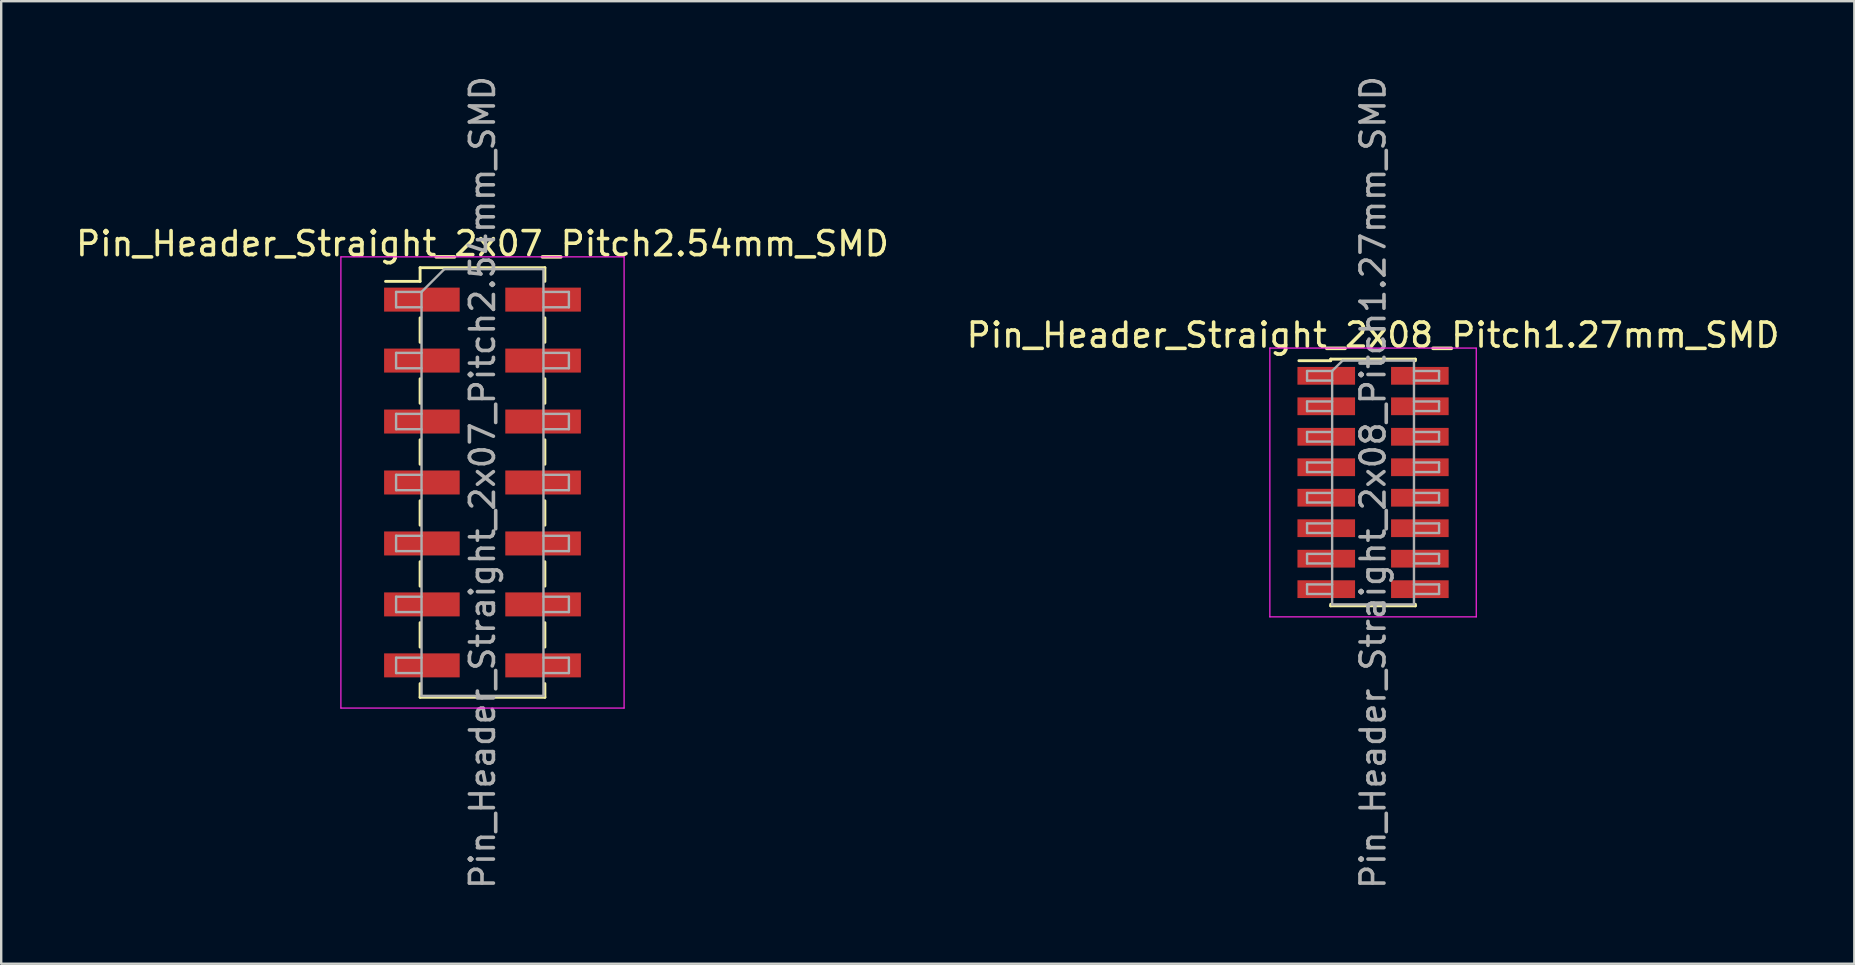
<source format=kicad_pcb>
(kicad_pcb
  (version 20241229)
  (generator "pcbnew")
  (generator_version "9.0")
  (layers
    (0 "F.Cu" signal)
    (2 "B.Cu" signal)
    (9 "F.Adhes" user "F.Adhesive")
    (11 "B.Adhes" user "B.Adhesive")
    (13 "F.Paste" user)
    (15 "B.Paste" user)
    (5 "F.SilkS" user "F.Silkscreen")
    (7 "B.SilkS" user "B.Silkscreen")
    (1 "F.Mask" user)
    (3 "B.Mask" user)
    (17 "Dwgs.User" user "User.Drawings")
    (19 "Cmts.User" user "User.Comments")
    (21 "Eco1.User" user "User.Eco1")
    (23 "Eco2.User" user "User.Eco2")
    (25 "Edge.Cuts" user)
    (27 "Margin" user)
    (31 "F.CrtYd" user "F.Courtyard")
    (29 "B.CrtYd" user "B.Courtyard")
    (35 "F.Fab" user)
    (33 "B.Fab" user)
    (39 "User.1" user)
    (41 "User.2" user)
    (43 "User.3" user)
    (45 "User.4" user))
  (footprint "Pin_Header_Straight_2x07_Pitch2.54mm_SMD"
    (layer "F.Cu")
    (at 17.054 17.054)
    (property "Reference" "Pin_Header_Straight_2x07_Pitch2.54mm_SMD" (at 0 -9.95 0) (layer "F.SilkS") (effects (font (size 1 1) (thickness 0.15))))
    (attr smd)
    (fp_line (start -4.04 -8.38) (end -2.6 -8.38) (stroke (width 0.12) (type solid)) (layer "F.SilkS"))
    (fp_line (start -2.6 -8.95) (end -2.6 -8.38) (stroke (width 0.12) (type solid)) (layer "F.SilkS"))
    (fp_line (start -2.6 -8.95) (end 2.6 -8.95) (stroke (width 0.12) (type solid)) (layer "F.SilkS"))
    (fp_line (start -2.6 -6.86) (end -2.6 -5.84) (stroke (width 0.12) (type solid)) (layer "F.SilkS"))
    (fp_line (start -2.6 -4.32) (end -2.6 -3.3) (stroke (width 0.12) (type solid)) (layer "F.SilkS"))
    (fp_line (start -2.6 -1.78) (end -2.6 -0.76) (stroke (width 0.12) (type solid)) (layer "F.SilkS"))
    (fp_line (start -2.6 0.76) (end -2.6 1.78) (stroke (width 0.12) (type solid)) (layer "F.SilkS"))
    (fp_line (start -2.6 3.3) (end -2.6 4.32) (stroke (width 0.12) (type solid)) (layer "F.SilkS"))
    (fp_line (start -2.6 5.84) (end -2.6 6.86) (stroke (width 0.12) (type solid)) (layer "F.SilkS"))
    (fp_line (start -2.6 8.38) (end -2.6 8.95) (stroke (width 0.12) (type solid)) (layer "F.SilkS"))
    (fp_line (start -2.6 8.95) (end 2.6 8.95) (stroke (width 0.12) (type solid)) (layer "F.SilkS"))
    (fp_line (start 2.6 -8.95) (end 2.6 -8.38) (stroke (width 0.12) (type solid)) (layer "F.SilkS"))
    (fp_line (start 2.6 -6.86) (end 2.6 -5.84) (stroke (width 0.12) (type solid)) (layer "F.SilkS"))
    (fp_line (start 2.6 -4.32) (end 2.6 -3.3) (stroke (width 0.12) (type solid)) (layer "F.SilkS"))
    (fp_line (start 2.6 -1.78) (end 2.6 -0.76) (stroke (width 0.12) (type solid)) (layer "F.SilkS"))
    (fp_line (start 2.6 0.76) (end 2.6 1.78) (stroke (width 0.12) (type solid)) (layer "F.SilkS"))
    (fp_line (start 2.6 3.3) (end 2.6 4.32) (stroke (width 0.12) (type solid)) (layer "F.SilkS"))
    (fp_line (start 2.6 5.84) (end 2.6 6.86) (stroke (width 0.12) (type solid)) (layer "F.SilkS"))
    (fp_line (start 2.6 8.38) (end 2.6 8.95) (stroke (width 0.12) (type solid)) (layer "F.SilkS"))
    (fp_line (start -5.9 -9.4) (end -5.9 9.4) (stroke (width 0.05) (type solid)) (layer "F.CrtYd"))
    (fp_line (start -5.9 9.4) (end 5.9 9.4) (stroke (width 0.05) (type solid)) (layer "F.CrtYd"))
    (fp_line (start 5.9 -9.4) (end -5.9 -9.4) (stroke (width 0.05) (type solid)) (layer "F.CrtYd"))
    (fp_line (start 5.9 9.4) (end 5.9 -9.4) (stroke (width 0.05) (type solid)) (layer "F.CrtYd"))
    (fp_line (start -3.6 -7.94) (end -3.6 -7.3) (stroke (width 0.1) (type solid)) (layer "F.Fab"))
    (fp_line (start -3.6 -7.3) (end -2.54 -7.3) (stroke (width 0.1) (type solid)) (layer "F.Fab"))
    (fp_line (start -3.6 -5.4) (end -3.6 -4.76) (stroke (width 0.1) (type solid)) (layer "F.Fab"))
    (fp_line (start -3.6 -4.76) (end -2.54 -4.76) (stroke (width 0.1) (type solid)) (layer "F.Fab"))
    (fp_line (start -3.6 -2.86) (end -3.6 -2.22) (stroke (width 0.1) (type solid)) (layer "F.Fab"))
    (fp_line (start -3.6 -2.22) (end -2.54 -2.22) (stroke (width 0.1) (type solid)) (layer "F.Fab"))
    (fp_line (start -3.6 -0.32) (end -3.6 0.32) (stroke (width 0.1) (type solid)) (layer "F.Fab"))
    (fp_line (start -3.6 0.32) (end -2.54 0.32) (stroke (width 0.1) (type solid)) (layer "F.Fab"))
    (fp_line (start -3.6 2.22) (end -3.6 2.86) (stroke (width 0.1) (type solid)) (layer "F.Fab"))
    (fp_line (start -3.6 2.86) (end -2.54 2.86) (stroke (width 0.1) (type solid)) (layer "F.Fab"))
    (fp_line (start -3.6 4.76) (end -3.6 5.4) (stroke (width 0.1) (type solid)) (layer "F.Fab"))
    (fp_line (start -3.6 5.4) (end -2.54 5.4) (stroke (width 0.1) (type solid)) (layer "F.Fab"))
    (fp_line (start -3.6 7.3) (end -3.6 7.94) (stroke (width 0.1) (type solid)) (layer "F.Fab"))
    (fp_line (start -3.6 7.94) (end -2.54 7.94) (stroke (width 0.1) (type solid)) (layer "F.Fab"))
    (fp_line (start -2.54 -7.94) (end -3.6 -7.94) (stroke (width 0.1) (type solid)) (layer "F.Fab"))
    (fp_line (start -2.54 -7.94) (end -1.59 -8.89) (stroke (width 0.1) (type solid)) (layer "F.Fab"))
    (fp_line (start -2.54 -5.4) (end -3.6 -5.4) (stroke (width 0.1) (type solid)) (layer "F.Fab"))
    (fp_line (start -2.54 -2.86) (end -3.6 -2.86) (stroke (width 0.1) (type solid)) (layer "F.Fab"))
    (fp_line (start -2.54 -0.32) (end -3.6 -0.32) (stroke (width 0.1) (type solid)) (layer "F.Fab"))
    (fp_line (start -2.54 2.22) (end -3.6 2.22) (stroke (width 0.1) (type solid)) (layer "F.Fab"))
    (fp_line (start -2.54 4.76) (end -3.6 4.76) (stroke (width 0.1) (type solid)) (layer "F.Fab"))
    (fp_line (start -2.54 7.3) (end -3.6 7.3) (stroke (width 0.1) (type solid)) (layer "F.Fab"))
    (fp_line (start -2.54 8.89) (end -2.54 -7.94) (stroke (width 0.1) (type solid)) (layer "F.Fab"))
    (fp_line (start -1.59 -8.89) (end 2.54 -8.89) (stroke (width 0.1) (type solid)) (layer "F.Fab"))
    (fp_line (start 2.54 -8.89) (end 2.54 8.89) (stroke (width 0.1) (type solid)) (layer "F.Fab"))
    (fp_line (start 2.54 -7.94) (end 3.6 -7.94) (stroke (width 0.1) (type solid)) (layer "F.Fab"))
    (fp_line (start 2.54 -5.4) (end 3.6 -5.4) (stroke (width 0.1) (type solid)) (layer "F.Fab"))
    (fp_line (start 2.54 -2.86) (end 3.6 -2.86) (stroke (width 0.1) (type solid)) (layer "F.Fab"))
    (fp_line (start 2.54 -0.32) (end 3.6 -0.32) (stroke (width 0.1) (type solid)) (layer "F.Fab"))
    (fp_line (start 2.54 2.22) (end 3.6 2.22) (stroke (width 0.1) (type solid)) (layer "F.Fab"))
    (fp_line (start 2.54 4.76) (end 3.6 4.76) (stroke (width 0.1) (type solid)) (layer "F.Fab"))
    (fp_line (start 2.54 7.3) (end 3.6 7.3) (stroke (width 0.1) (type solid)) (layer "F.Fab"))
    (fp_line (start 2.54 8.89) (end -2.54 8.89) (stroke (width 0.1) (type solid)) (layer "F.Fab"))
    (fp_line (start 3.6 -7.94) (end 3.6 -7.3) (stroke (width 0.1) (type solid)) (layer "F.Fab"))
    (fp_line (start 3.6 -7.3) (end 2.54 -7.3) (stroke (width 0.1) (type solid)) (layer "F.Fab"))
    (fp_line (start 3.6 -5.4) (end 3.6 -4.76) (stroke (width 0.1) (type solid)) (layer "F.Fab"))
    (fp_line (start 3.6 -4.76) (end 2.54 -4.76) (stroke (width 0.1) (type solid)) (layer "F.Fab"))
    (fp_line (start 3.6 -2.86) (end 3.6 -2.22) (stroke (width 0.1) (type solid)) (layer "F.Fab"))
    (fp_line (start 3.6 -2.22) (end 2.54 -2.22) (stroke (width 0.1) (type solid)) (layer "F.Fab"))
    (fp_line (start 3.6 -0.32) (end 3.6 0.32) (stroke (width 0.1) (type solid)) (layer "F.Fab"))
    (fp_line (start 3.6 0.32) (end 2.54 0.32) (stroke (width 0.1) (type solid)) (layer "F.Fab"))
    (fp_line (start 3.6 2.22) (end 3.6 2.86) (stroke (width 0.1) (type solid)) (layer "F.Fab"))
    (fp_line (start 3.6 2.86) (end 2.54 2.86) (stroke (width 0.1) (type solid)) (layer "F.Fab"))
    (fp_line (start 3.6 4.76) (end 3.6 5.4) (stroke (width 0.1) (type solid)) (layer "F.Fab"))
    (fp_line (start 3.6 5.4) (end 2.54 5.4) (stroke (width 0.1) (type solid)) (layer "F.Fab"))
    (fp_line (start 3.6 7.3) (end 3.6 7.94) (stroke (width 0.1) (type solid)) (layer "F.Fab"))
    (fp_line (start 3.6 7.94) (end 2.54 7.94) (stroke (width 0.1) (type solid)) (layer "F.Fab"))
    (fp_text user "${REFERENCE}" (at 0 0 90) (layer "F.Fab") (effects (font (size 1 1) (thickness 0.15))))
    (pad "1" smd rect (at -2.525 -7.62) (size 3.15 1) (layers "F.Cu" "F.Mask" "F.Paste"))
    (pad "2" smd rect (at 2.525 -7.62) (size 3.15 1) (layers "F.Cu" "F.Mask" "F.Paste"))
    (pad "3" smd rect (at -2.525 -5.08) (size 3.15 1) (layers "F.Cu" "F.Mask" "F.Paste"))
    (pad "4" smd rect (at 2.525 -5.08) (size 3.15 1) (layers "F.Cu" "F.Mask" "F.Paste"))
    (pad "5" smd rect (at -2.525 -2.54) (size 3.15 1) (layers "F.Cu" "F.Mask" "F.Paste"))
    (pad "6" smd rect (at 2.525 -2.54) (size 3.15 1) (layers "F.Cu" "F.Mask" "F.Paste"))
    (pad "7" smd rect (at -2.525 0) (size 3.15 1) (layers "F.Cu" "F.Mask" "F.Paste"))
    (pad "8" smd rect (at 2.525 0) (size 3.15 1) (layers "F.Cu" "F.Mask" "F.Paste"))
    (pad "9" smd rect (at -2.525 2.54) (size 3.15 1) (layers "F.Cu" "F.Mask" "F.Paste"))
    (pad "10" smd rect (at 2.525 2.54) (size 3.15 1) (layers "F.Cu" "F.Mask" "F.Paste"))
    (pad "11" smd rect (at -2.525 5.08) (size 3.15 1) (layers "F.Cu" "F.Mask" "F.Paste"))
    (pad "12" smd rect (at 2.525 5.08) (size 3.15 1) (layers "F.Cu" "F.Mask" "F.Paste"))
    (pad "13" smd rect (at -2.525 7.62) (size 3.15 1) (layers "F.Cu" "F.Mask" "F.Paste"))
    (pad "14" smd rect (at 2.525 7.62) (size 3.15 1) (layers "F.Cu" "F.Mask" "F.Paste")))
  (footprint "Pin_Header_Straight_2x08_Pitch1.27mm_SMD"
    (layer "F.Cu")
    (at 54.161 17.054)
    (property "Reference" "Pin_Header_Straight_2x08_Pitch1.27mm_SMD" (at 0 -6.14 0) (layer "F.SilkS") (effects (font (size 1 1) (thickness 0.15))))
    (attr smd)
    (fp_line (start -3.09 -5.075) (end -1.765 -5.075) (stroke (width 0.12) (type solid)) (layer "F.SilkS"))
    (fp_line (start -1.765 -5.14) (end -1.765 -5.075) (stroke (width 0.12) (type solid)) (layer "F.SilkS"))
    (fp_line (start -1.765 -5.14) (end 1.765 -5.14) (stroke (width 0.12) (type solid)) (layer "F.SilkS"))
    (fp_line (start -1.765 5.075) (end -1.765 5.14) (stroke (width 0.12) (type solid)) (layer "F.SilkS"))
    (fp_line (start -1.765 5.14) (end 1.765 5.14) (stroke (width 0.12) (type solid)) (layer "F.SilkS"))
    (fp_line (start 1.765 -5.14) (end 1.765 -5.075) (stroke (width 0.12) (type solid)) (layer "F.SilkS"))
    (fp_line (start 1.765 5.075) (end 1.765 5.14) (stroke (width 0.12) (type solid)) (layer "F.SilkS"))
    (fp_line (start -4.3 -5.6) (end -4.3 5.6) (stroke (width 0.05) (type solid)) (layer "F.CrtYd"))
    (fp_line (start -4.3 5.6) (end 4.3 5.6) (stroke (width 0.05) (type solid)) (layer "F.CrtYd"))
    (fp_line (start 4.3 -5.6) (end -4.3 -5.6) (stroke (width 0.05) (type solid)) (layer "F.CrtYd"))
    (fp_line (start 4.3 5.6) (end 4.3 -5.6) (stroke (width 0.05) (type solid)) (layer "F.CrtYd"))
    (fp_line (start -2.75 -4.645) (end -2.75 -4.245) (stroke (width 0.1) (type solid)) (layer "F.Fab"))
    (fp_line (start -2.75 -4.245) (end -1.705 -4.245) (stroke (width 0.1) (type solid)) (layer "F.Fab"))
    (fp_line (start -2.75 -3.375) (end -2.75 -2.975) (stroke (width 0.1) (type solid)) (layer "F.Fab"))
    (fp_line (start -2.75 -2.975) (end -1.705 -2.975) (stroke (width 0.1) (type solid)) (layer "F.Fab"))
    (fp_line (start -2.75 -2.105) (end -2.75 -1.705) (stroke (width 0.1) (type solid)) (layer "F.Fab"))
    (fp_line (start -2.75 -1.705) (end -1.705 -1.705) (stroke (width 0.1) (type solid)) (layer "F.Fab"))
    (fp_line (start -2.75 -0.835) (end -2.75 -0.435) (stroke (width 0.1) (type solid)) (layer "F.Fab"))
    (fp_line (start -2.75 -0.435) (end -1.705 -0.435) (stroke (width 0.1) (type solid)) (layer "F.Fab"))
    (fp_line (start -2.75 0.435) (end -2.75 0.835) (stroke (width 0.1) (type solid)) (layer "F.Fab"))
    (fp_line (start -2.75 0.835) (end -1.705 0.835) (stroke (width 0.1) (type solid)) (layer "F.Fab"))
    (fp_line (start -2.75 1.705) (end -2.75 2.105) (stroke (width 0.1) (type solid)) (layer "F.Fab"))
    (fp_line (start -2.75 2.105) (end -1.705 2.105) (stroke (width 0.1) (type solid)) (layer "F.Fab"))
    (fp_line (start -2.75 2.975) (end -2.75 3.375) (stroke (width 0.1) (type solid)) (layer "F.Fab"))
    (fp_line (start -2.75 3.375) (end -1.705 3.375) (stroke (width 0.1) (type solid)) (layer "F.Fab"))
    (fp_line (start -2.75 4.245) (end -2.75 4.645) (stroke (width 0.1) (type solid)) (layer "F.Fab"))
    (fp_line (start -2.75 4.645) (end -1.705 4.645) (stroke (width 0.1) (type solid)) (layer "F.Fab"))
    (fp_line (start -1.705 -4.645) (end -2.75 -4.645) (stroke (width 0.1) (type solid)) (layer "F.Fab"))
    (fp_line (start -1.705 -4.645) (end -1.27 -5.08) (stroke (width 0.1) (type solid)) (layer "F.Fab"))
    (fp_line (start -1.705 -3.375) (end -2.75 -3.375) (stroke (width 0.1) (type solid)) (layer "F.Fab"))
    (fp_line (start -1.705 -2.105) (end -2.75 -2.105) (stroke (width 0.1) (type solid)) (layer "F.Fab"))
    (fp_line (start -1.705 -0.835) (end -2.75 -0.835) (stroke (width 0.1) (type solid)) (layer "F.Fab"))
    (fp_line (start -1.705 0.435) (end -2.75 0.435) (stroke (width 0.1) (type solid)) (layer "F.Fab"))
    (fp_line (start -1.705 1.705) (end -2.75 1.705) (stroke (width 0.1) (type solid)) (layer "F.Fab"))
    (fp_line (start -1.705 2.975) (end -2.75 2.975) (stroke (width 0.1) (type solid)) (layer "F.Fab"))
    (fp_line (start -1.705 4.245) (end -2.75 4.245) (stroke (width 0.1) (type solid)) (layer "F.Fab"))
    (fp_line (start -1.705 5.08) (end -1.705 -4.645) (stroke (width 0.1) (type solid)) (layer "F.Fab"))
    (fp_line (start -1.27 -5.08) (end 1.705 -5.08) (stroke (width 0.1) (type solid)) (layer "F.Fab"))
    (fp_line (start 1.705 -5.08) (end 1.705 5.08) (stroke (width 0.1) (type solid)) (layer "F.Fab"))
    (fp_line (start 1.705 -4.645) (end 2.75 -4.645) (stroke (width 0.1) (type solid)) (layer "F.Fab"))
    (fp_line (start 1.705 -3.375) (end 2.75 -3.375) (stroke (width 0.1) (type solid)) (layer "F.Fab"))
    (fp_line (start 1.705 -2.105) (end 2.75 -2.105) (stroke (width 0.1) (type solid)) (layer "F.Fab"))
    (fp_line (start 1.705 -0.835) (end 2.75 -0.835) (stroke (width 0.1) (type solid)) (layer "F.Fab"))
    (fp_line (start 1.705 0.435) (end 2.75 0.435) (stroke (width 0.1) (type solid)) (layer "F.Fab"))
    (fp_line (start 1.705 1.705) (end 2.75 1.705) (stroke (width 0.1) (type solid)) (layer "F.Fab"))
    (fp_line (start 1.705 2.975) (end 2.75 2.975) (stroke (width 0.1) (type solid)) (layer "F.Fab"))
    (fp_line (start 1.705 4.245) (end 2.75 4.245) (stroke (width 0.1) (type solid)) (layer "F.Fab"))
    (fp_line (start 1.705 5.08) (end -1.705 5.08) (stroke (width 0.1) (type solid)) (layer "F.Fab"))
    (fp_line (start 2.75 -4.645) (end 2.75 -4.245) (stroke (width 0.1) (type solid)) (layer "F.Fab"))
    (fp_line (start 2.75 -4.245) (end 1.705 -4.245) (stroke (width 0.1) (type solid)) (layer "F.Fab"))
    (fp_line (start 2.75 -3.375) (end 2.75 -2.975) (stroke (width 0.1) (type solid)) (layer "F.Fab"))
    (fp_line (start 2.75 -2.975) (end 1.705 -2.975) (stroke (width 0.1) (type solid)) (layer "F.Fab"))
    (fp_line (start 2.75 -2.105) (end 2.75 -1.705) (stroke (width 0.1) (type solid)) (layer "F.Fab"))
    (fp_line (start 2.75 -1.705) (end 1.705 -1.705) (stroke (width 0.1) (type solid)) (layer "F.Fab"))
    (fp_line (start 2.75 -0.835) (end 2.75 -0.435) (stroke (width 0.1) (type solid)) (layer "F.Fab"))
    (fp_line (start 2.75 -0.435) (end 1.705 -0.435) (stroke (width 0.1) (type solid)) (layer "F.Fab"))
    (fp_line (start 2.75 0.435) (end 2.75 0.835) (stroke (width 0.1) (type solid)) (layer "F.Fab"))
    (fp_line (start 2.75 0.835) (end 1.705 0.835) (stroke (width 0.1) (type solid)) (layer "F.Fab"))
    (fp_line (start 2.75 1.705) (end 2.75 2.105) (stroke (width 0.1) (type solid)) (layer "F.Fab"))
    (fp_line (start 2.75 2.105) (end 1.705 2.105) (stroke (width 0.1) (type solid)) (layer "F.Fab"))
    (fp_line (start 2.75 2.975) (end 2.75 3.375) (stroke (width 0.1) (type solid)) (layer "F.Fab"))
    (fp_line (start 2.75 3.375) (end 1.705 3.375) (stroke (width 0.1) (type solid)) (layer "F.Fab"))
    (fp_line (start 2.75 4.245) (end 2.75 4.645) (stroke (width 0.1) (type solid)) (layer "F.Fab"))
    (fp_line (start 2.75 4.645) (end 1.705 4.645) (stroke (width 0.1) (type solid)) (layer "F.Fab"))
    (fp_text user "${REFERENCE}" (at 0 0 90) (layer "F.Fab") (effects (font (size 1 1) (thickness 0.15))))
    (pad "1" smd rect (at -1.95 -4.445) (size 2.4 0.74) (layers "F.Cu" "F.Mask" "F.Paste"))
    (pad "2" smd rect (at 1.95 -4.445) (size 2.4 0.74) (layers "F.Cu" "F.Mask" "F.Paste"))
    (pad "3" smd rect (at -1.95 -3.175) (size 2.4 0.74) (layers "F.Cu" "F.Mask" "F.Paste"))
    (pad "4" smd rect (at 1.95 -3.175) (size 2.4 0.74) (layers "F.Cu" "F.Mask" "F.Paste"))
    (pad "5" smd rect (at -1.95 -1.905) (size 2.4 0.74) (layers "F.Cu" "F.Mask" "F.Paste"))
    (pad "6" smd rect (at 1.95 -1.905) (size 2.4 0.74) (layers "F.Cu" "F.Mask" "F.Paste"))
    (pad "7" smd rect (at -1.95 -0.635) (size 2.4 0.74) (layers "F.Cu" "F.Mask" "F.Paste"))
    (pad "8" smd rect (at 1.95 -0.635) (size 2.4 0.74) (layers "F.Cu" "F.Mask" "F.Paste"))
    (pad "9" smd rect (at -1.95 0.635) (size 2.4 0.74) (layers "F.Cu" "F.Mask" "F.Paste"))
    (pad "10" smd rect (at 1.95 0.635) (size 2.4 0.74) (layers "F.Cu" "F.Mask" "F.Paste"))
    (pad "11" smd rect (at -1.95 1.905) (size 2.4 0.74) (layers "F.Cu" "F.Mask" "F.Paste"))
    (pad "12" smd rect (at 1.95 1.905) (size 2.4 0.74) (layers "F.Cu" "F.Mask" "F.Paste"))
    (pad "13" smd rect (at -1.95 3.175) (size 2.4 0.74) (layers "F.Cu" "F.Mask" "F.Paste"))
    (pad "14" smd rect (at 1.95 3.175) (size 2.4 0.74) (layers "F.Cu" "F.Mask" "F.Paste"))
    (pad "15" smd rect (at -1.95 4.445) (size 2.4 0.74) (layers "F.Cu" "F.Mask" "F.Paste"))
    (pad "16" smd rect (at 1.95 4.445) (size 2.4 0.74) (layers "F.Cu" "F.Mask" "F.Paste")))
  (gr_rect
    (start -3 -3)
    (end 74.214 37.107)
    (stroke (width 0.1) (type default))
    (fill no)
    (layer "Edge.Cuts")))
</source>
